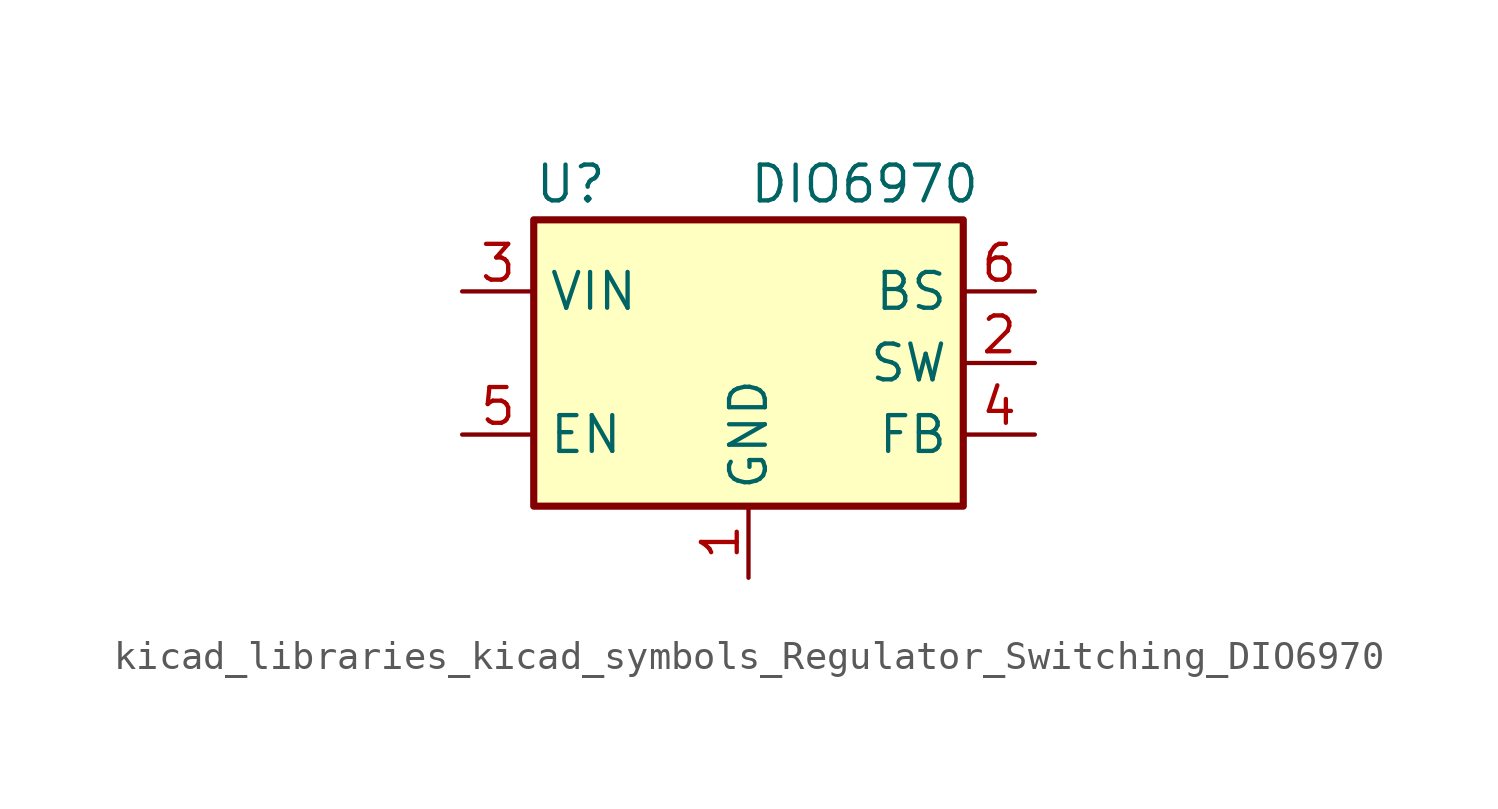
<source format=kicad_sym>
(kicad_symbol_lib
  (version 20220914)
  (generator kicad_symbol_editor)
  (symbol "kicad_libraries_kicad_symbols_Regulator_Switching_DIO6970"
    (property "Reference" "U"
      (at -7.62 6.35 0)
      (effects (font (size 1.27 1.27)) (justify left)))
    (property "Value" "DIO6970"
      (at 0 6.35 0)
      (effects (font (size 1.27 1.27)) (justify left)))
    (symbol "kicad_libraries_kicad_symbols_Regulator_Switching_DIO6970_0_1"
      (rectangle (start -7.62 5.08) (end 7.62 -5.08) (stroke (width 0.254) (type default)) (fill (type background))))
    (symbol "kicad_libraries_kicad_symbols_Regulator_Switching_DIO6970_1_1"
      (pin power_in line (at 0 -7.62 90) (length 2.54) (name "GND" (effects (font (size 1.27 1.27)))) (number "1" (effects (font (size 1.27 1.27)))))
      (pin power_out line (at 10.16 0 180) (length 2.54) (name "SW" (effects (font (size 1.27 1.27)))) (number "2" (effects (font (size 1.27 1.27)))))
      (pin power_in line (at -10.16 2.54 0) (length 2.54) (name "VIN" (effects (font (size 1.27 1.27)))) (number "3" (effects (font (size 1.27 1.27)))))
      (pin input line (at 10.16 -2.54 180) (length 2.54) (name "FB" (effects (font (size 1.27 1.27)))) (number "4" (effects (font (size 1.27 1.27)))))
      (pin input line (at -10.16 -2.54 0) (length 2.54) (name "EN" (effects (font (size 1.27 1.27)))) (number "5" (effects (font (size 1.27 1.27)))))
      (pin output line (at 10.16 2.54 180) (length 2.54) (name "BS" (effects (font (size 1.27 1.27)))) (number "6" (effects (font (size 1.27 1.27))))))))
</source>
